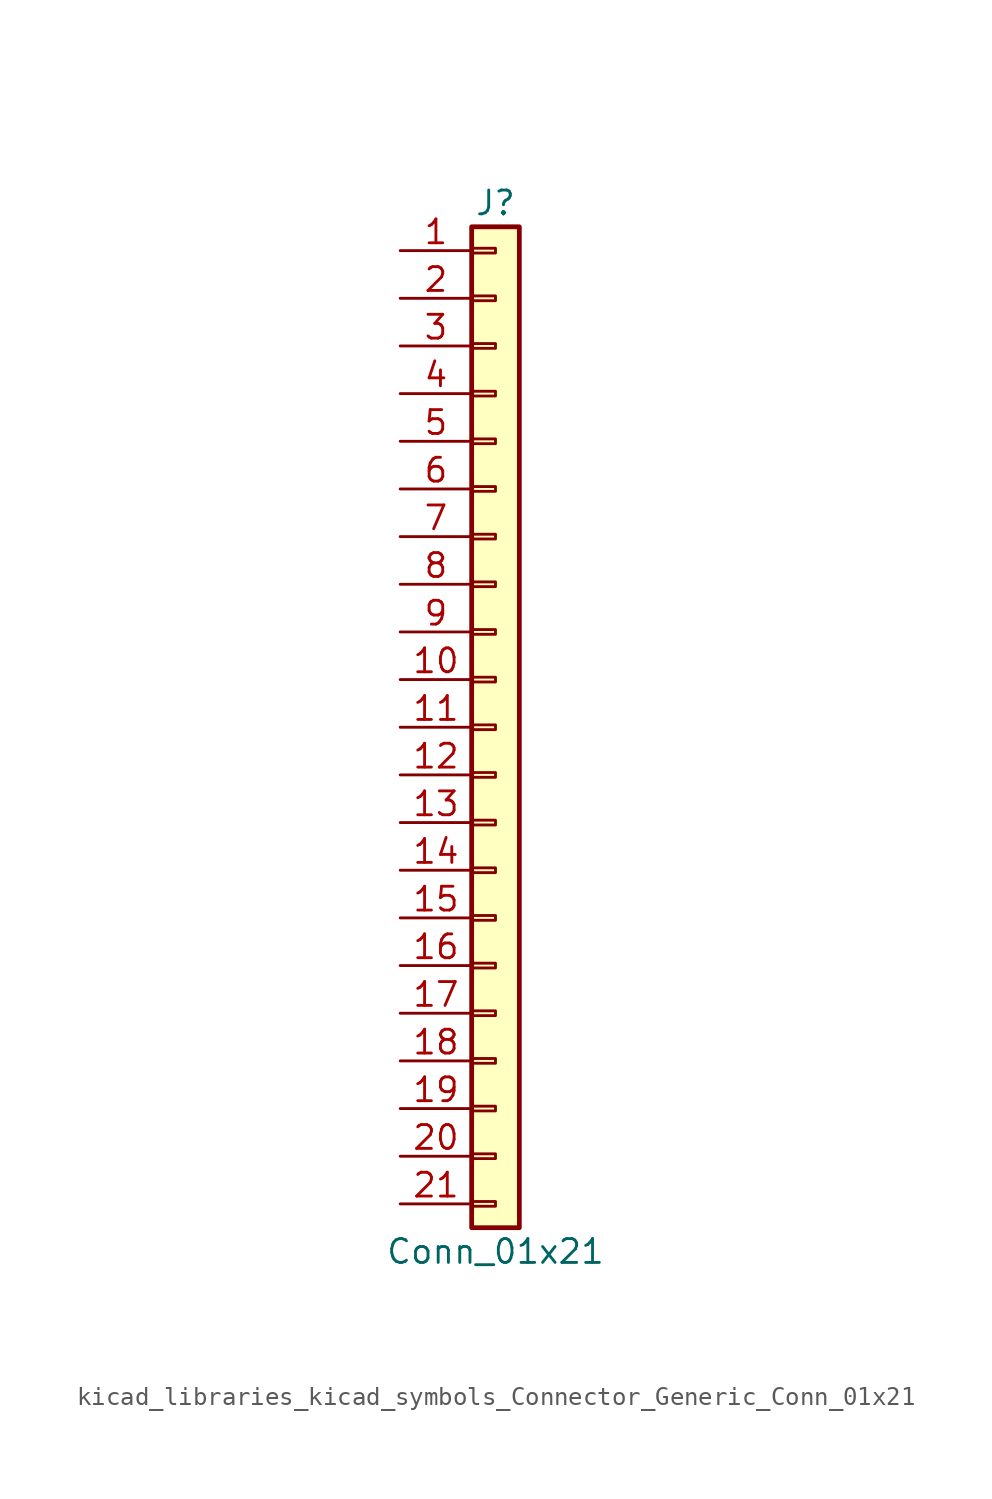
<source format=kicad_sym>
(kicad_symbol_lib
  (version 20220914)
  (generator kicad_symbol_editor)
  (symbol "kicad_libraries_kicad_symbols_Connector_Generic_Conn_01x21"
    (pin_names
      (offset 1.016) hide)
    (property "Reference" "J"
      (at 0 27.94 0)
      (effects (font (size 1.27 1.27))))
    (property "Value" "Conn_01x21"
      (at 0 -27.94 0)
      (effects (font (size 1.27 1.27))))
    (symbol "kicad_libraries_kicad_symbols_Connector_Generic_Conn_01x21_1_1"
      (rectangle (start -1.27 -25.273) (end 0 -25.527) (stroke (width 0.152) (type default)) (fill (type none)))
      (rectangle (start -1.27 -22.733) (end 0 -22.987) (stroke (width 0.152) (type default)) (fill (type none)))
      (rectangle (start -1.27 -20.193) (end 0 -20.447) (stroke (width 0.152) (type default)) (fill (type none)))
      (rectangle (start -1.27 -17.653) (end 0 -17.907) (stroke (width 0.152) (type default)) (fill (type none)))
      (rectangle (start -1.27 -15.113) (end 0 -15.367) (stroke (width 0.152) (type default)) (fill (type none)))
      (rectangle (start -1.27 -12.573) (end 0 -12.827) (stroke (width 0.152) (type default)) (fill (type none)))
      (rectangle (start -1.27 -10.033) (end 0 -10.287) (stroke (width 0.152) (type default)) (fill (type none)))
      (rectangle (start -1.27 -7.493) (end 0 -7.747) (stroke (width 0.152) (type default)) (fill (type none)))
      (rectangle (start -1.27 -4.953) (end 0 -5.207) (stroke (width 0.152) (type default)) (fill (type none)))
      (rectangle (start -1.27 -2.413) (end 0 -2.667) (stroke (width 0.152) (type default)) (fill (type none)))
      (rectangle (start -1.27 0.127) (end 0 -0.127) (stroke (width 0.152) (type default)) (fill (type none)))
      (rectangle (start -1.27 2.667) (end 0 2.413) (stroke (width 0.152) (type default)) (fill (type none)))
      (rectangle (start -1.27 5.207) (end 0 4.953) (stroke (width 0.152) (type default)) (fill (type none)))
      (rectangle (start -1.27 7.747) (end 0 7.493) (stroke (width 0.152) (type default)) (fill (type none)))
      (rectangle (start -1.27 10.287) (end 0 10.033) (stroke (width 0.152) (type default)) (fill (type none)))
      (rectangle (start -1.27 12.827) (end 0 12.573) (stroke (width 0.152) (type default)) (fill (type none)))
      (rectangle (start -1.27 15.367) (end 0 15.113) (stroke (width 0.152) (type default)) (fill (type none)))
      (rectangle (start -1.27 17.907) (end 0 17.653) (stroke (width 0.152) (type default)) (fill (type none)))
      (rectangle (start -1.27 20.447) (end 0 20.193) (stroke (width 0.152) (type default)) (fill (type none)))
      (rectangle (start -1.27 22.987) (end 0 22.733) (stroke (width 0.152) (type default)) (fill (type none)))
      (rectangle (start -1.27 25.527) (end 0 25.273) (stroke (width 0.152) (type default)) (fill (type none)))
      (rectangle (start -1.27 26.67) (end 1.27 -26.67) (stroke (width 0.254) (type default)) (fill (type background)))
      (pin passive line (at -5.08 25.4 0) (length 3.81) (name "Pin_1" (effects (font (size 1.27 1.27)))) (number "1" (effects (font (size 1.27 1.27)))))
      (pin passive line (at -5.08 2.54 0) (length 3.81) (name "Pin_10" (effects (font (size 1.27 1.27)))) (number "10" (effects (font (size 1.27 1.27)))))
      (pin passive line (at -5.08 0 0) (length 3.81) (name "Pin_11" (effects (font (size 1.27 1.27)))) (number "11" (effects (font (size 1.27 1.27)))))
      (pin passive line (at -5.08 -2.54 0) (length 3.81) (name "Pin_12" (effects (font (size 1.27 1.27)))) (number "12" (effects (font (size 1.27 1.27)))))
      (pin passive line (at -5.08 -5.08 0) (length 3.81) (name "Pin_13" (effects (font (size 1.27 1.27)))) (number "13" (effects (font (size 1.27 1.27)))))
      (pin passive line (at -5.08 -7.62 0) (length 3.81) (name "Pin_14" (effects (font (size 1.27 1.27)))) (number "14" (effects (font (size 1.27 1.27)))))
      (pin passive line (at -5.08 -10.16 0) (length 3.81) (name "Pin_15" (effects (font (size 1.27 1.27)))) (number "15" (effects (font (size 1.27 1.27)))))
      (pin passive line (at -5.08 -12.7 0) (length 3.81) (name "Pin_16" (effects (font (size 1.27 1.27)))) (number "16" (effects (font (size 1.27 1.27)))))
      (pin passive line (at -5.08 -15.24 0) (length 3.81) (name "Pin_17" (effects (font (size 1.27 1.27)))) (number "17" (effects (font (size 1.27 1.27)))))
      (pin passive line (at -5.08 -17.78 0) (length 3.81) (name "Pin_18" (effects (font (size 1.27 1.27)))) (number "18" (effects (font (size 1.27 1.27)))))
      (pin passive line (at -5.08 -20.32 0) (length 3.81) (name "Pin_19" (effects (font (size 1.27 1.27)))) (number "19" (effects (font (size 1.27 1.27)))))
      (pin passive line (at -5.08 22.86 0) (length 3.81) (name "Pin_2" (effects (font (size 1.27 1.27)))) (number "2" (effects (font (size 1.27 1.27)))))
      (pin passive line (at -5.08 -22.86 0) (length 3.81) (name "Pin_20" (effects (font (size 1.27 1.27)))) (number "20" (effects (font (size 1.27 1.27)))))
      (pin passive line (at -5.08 -25.4 0) (length 3.81) (name "Pin_21" (effects (font (size 1.27 1.27)))) (number "21" (effects (font (size 1.27 1.27)))))
      (pin passive line (at -5.08 20.32 0) (length 3.81) (name "Pin_3" (effects (font (size 1.27 1.27)))) (number "3" (effects (font (size 1.27 1.27)))))
      (pin passive line (at -5.08 17.78 0) (length 3.81) (name "Pin_4" (effects (font (size 1.27 1.27)))) (number "4" (effects (font (size 1.27 1.27)))))
      (pin passive line (at -5.08 15.24 0) (length 3.81) (name "Pin_5" (effects (font (size 1.27 1.27)))) (number "5" (effects (font (size 1.27 1.27)))))
      (pin passive line (at -5.08 12.7 0) (length 3.81) (name "Pin_6" (effects (font (size 1.27 1.27)))) (number "6" (effects (font (size 1.27 1.27)))))
      (pin passive line (at -5.08 10.16 0) (length 3.81) (name "Pin_7" (effects (font (size 1.27 1.27)))) (number "7" (effects (font (size 1.27 1.27)))))
      (pin passive line (at -5.08 7.62 0) (length 3.81) (name "Pin_8" (effects (font (size 1.27 1.27)))) (number "8" (effects (font (size 1.27 1.27)))))
      (pin passive line (at -5.08 5.08 0) (length 3.81) (name "Pin_9" (effects (font (size 1.27 1.27)))) (number "9" (effects (font (size 1.27 1.27))))))))
</source>
